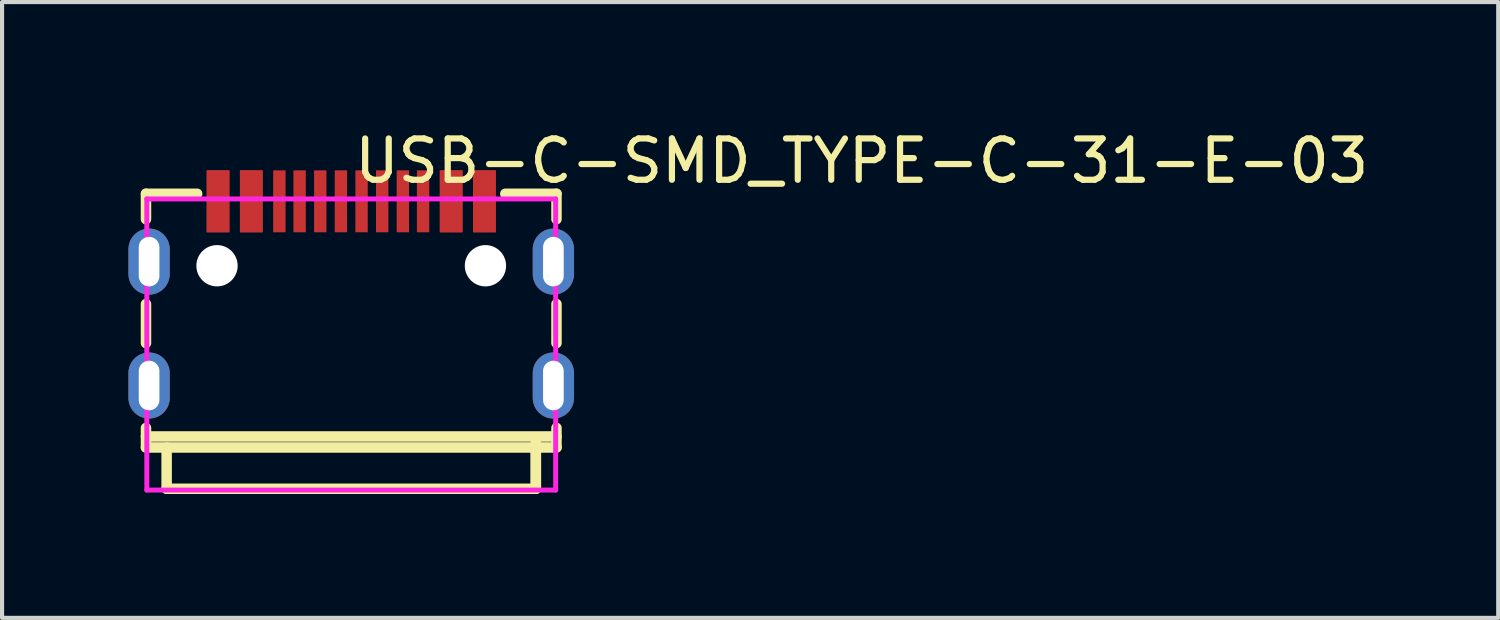
<source format=kicad_pcb>
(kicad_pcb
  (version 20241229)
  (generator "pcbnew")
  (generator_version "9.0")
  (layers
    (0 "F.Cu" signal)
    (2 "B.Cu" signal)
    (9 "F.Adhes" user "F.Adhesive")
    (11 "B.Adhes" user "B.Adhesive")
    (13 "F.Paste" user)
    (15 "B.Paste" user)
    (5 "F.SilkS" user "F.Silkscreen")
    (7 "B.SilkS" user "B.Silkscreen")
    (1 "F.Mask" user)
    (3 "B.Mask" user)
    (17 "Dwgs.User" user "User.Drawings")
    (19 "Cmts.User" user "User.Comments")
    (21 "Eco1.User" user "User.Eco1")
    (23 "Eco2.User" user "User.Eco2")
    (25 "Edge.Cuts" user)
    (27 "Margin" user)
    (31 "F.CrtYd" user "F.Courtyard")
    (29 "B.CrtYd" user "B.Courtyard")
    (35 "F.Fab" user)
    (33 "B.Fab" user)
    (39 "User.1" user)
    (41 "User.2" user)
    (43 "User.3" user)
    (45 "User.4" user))
  (footprint "USB-C-SMD_TYPE-C-31-E-03"
    (layer "F.Cu")
    (at 5.455 4.055)
    (property "Reference" "USB-C-SMD_TYPE-C-31-E-03" (at 0 -3.207 0) (layer "F.SilkS") (effects (font (size 1 1) (thickness 0.15)) (justify left)))
    (attr through_hole)
    (fp_line (start -4.97 -1.797) (end -4.97 -2.413) (stroke (width 0.254) (type solid)) (layer "F.SilkS"))
    (fp_line (start -4.97 1.203) (end -4.97 0.257) (stroke (width 0.254) (type solid)) (layer "F.SilkS"))
    (fp_line (start -4.97 3.73) (end -4.97 3.257) (stroke (width 0.254) (type solid)) (layer "F.SilkS"))
    (fp_line (start -4.97 3.73) (end 4.97 3.73) (stroke (width 0.254) (type solid)) (layer "F.SilkS"))
    (fp_line (start -4.47 4.73) (end -4.47 3.73) (stroke (width 0.254) (type solid)) (layer "F.SilkS"))
    (fp_line (start -3.731 -2.413) (end -4.97 -2.413) (stroke (width 0.254) (type solid)) (layer "F.SilkS"))
    (fp_line (start 4.47 4.73) (end -4.47 4.73) (stroke (width 0.254) (type solid)) (layer "F.SilkS"))
    (fp_line (start 4.47 4.73) (end 4.47 3.53) (stroke (width 0.254) (type solid)) (layer "F.SilkS"))
    (fp_line (start 4.47 4.73) (end 4.47 3.744) (stroke (width 0.254) (type solid)) (layer "F.SilkS"))
    (fp_line (start 4.97 -2.413) (end 3.731 -2.413) (stroke (width 0.254) (type solid)) (layer "F.SilkS"))
    (fp_line (start 4.97 -1.797) (end 4.97 -2.413) (stroke (width 0.254) (type solid)) (layer "F.SilkS"))
    (fp_line (start 4.97 1.203) (end 4.97 0.257) (stroke (width 0.254) (type solid)) (layer "F.SilkS"))
    (fp_line (start 4.97 3.464) (end -4.97 3.464) (stroke (width 0.254) (type solid)) (layer "F.SilkS"))
    (fp_line (start 4.97 3.73) (end 4.97 3.257) (stroke (width 0.254) (type solid)) (layer "F.SilkS"))
    (fp_poly (pts (xy -3.5 -2.98) (xy -2.95 -2.98) (xy -2.95 -1.48) (xy -3.5 -1.48)) (stroke (width 0.12) (type solid)) (fill yes) (layer "F.Paste"))
    (fp_poly (pts (xy -2.695 -2.98) (xy -2.145 -2.98) (xy -2.145 -1.48) (xy -2.695 -1.48)) (stroke (width 0.12) (type solid)) (fill yes) (layer "F.Paste"))
    (fp_poly (pts (xy -1.89 -2.98) (xy -1.59 -2.98) (xy -1.59 -1.48) (xy -1.89 -1.48)) (stroke (width 0.12) (type solid)) (fill yes) (layer "F.Paste"))
    (fp_poly (pts (xy -1.4 -2.98) (xy -1.1 -2.98) (xy -1.1 -1.48) (xy -1.4 -1.48)) (stroke (width 0.12) (type solid)) (fill yes) (layer "F.Paste"))
    (fp_poly (pts (xy -0.9 -2.98) (xy -0.6 -2.98) (xy -0.6 -1.48) (xy -0.9 -1.48)) (stroke (width 0.12) (type solid)) (fill yes) (layer "F.Paste"))
    (fp_poly (pts (xy -0.4 -2.98) (xy -0.1 -2.98) (xy -0.1 -1.48) (xy -0.4 -1.48)) (stroke (width 0.12) (type solid)) (fill yes) (layer "F.Paste"))
    (fp_poly (pts (xy 0.1 -2.98) (xy 0.4 -2.98) (xy 0.4 -1.48) (xy 0.1 -1.48)) (stroke (width 0.12) (type solid)) (fill yes) (layer "F.Paste"))
    (fp_poly (pts (xy 0.6 -2.98) (xy 0.9 -2.98) (xy 0.9 -1.48) (xy 0.6 -1.48)) (stroke (width 0.12) (type solid)) (fill yes) (layer "F.Paste"))
    (fp_poly (pts (xy 1.1 -2.98) (xy 1.4 -2.98) (xy 1.4 -1.48) (xy 1.1 -1.48)) (stroke (width 0.12) (type solid)) (fill yes) (layer "F.Paste"))
    (fp_poly (pts (xy 1.59 -2.98) (xy 1.89 -2.98) (xy 1.89 -1.48) (xy 1.59 -1.48)) (stroke (width 0.12) (type solid)) (fill yes) (layer "F.Paste"))
    (fp_poly (pts (xy 2.145 -2.98) (xy 2.695 -2.98) (xy 2.695 -1.48) (xy 2.145 -1.48)) (stroke (width 0.12) (type solid)) (fill yes) (layer "F.Paste"))
    (fp_poly (pts (xy 2.95 -2.98) (xy 3.5 -2.98) (xy 3.5 -1.48) (xy 2.95 -1.48)) (stroke (width 0.12) (type solid)) (fill yes) (layer "F.Paste"))
    (fp_poly (pts (xy -5.395 -1.07) (xy -5.385 -1.168) (xy -5.357 -1.261) (xy -5.311 -1.348) (xy -5.249 -1.424) (xy -5.173 -1.486) (xy -5.086 -1.532) (xy -4.993 -1.56) (xy -4.895 -1.57) (xy -4.797 -1.56) (xy -4.704 -1.532) (xy -4.617 -1.486) (xy -4.541 -1.424) (xy -4.479 -1.348) (xy -4.433 -1.261) (xy -4.405 -1.168) (xy -4.395 -1.07) (xy -4.395 -0.47) (xy -4.405 -0.372) (xy -4.433 -0.279) (xy -4.479 -0.192) (xy -4.541 -0.116) (xy -4.617 -0.054) (xy -4.704 -0.008) (xy -4.797 0.02) (xy -4.895 0.03) (xy -4.993 0.02) (xy -5.086 -0.008) (xy -5.173 -0.054) (xy -5.249 -0.116) (xy -5.311 -0.192) (xy -5.357 -0.279) (xy -5.385 -0.372) (xy -5.395 -0.47)) (stroke (width 0.12) (type solid)) (fill yes) (layer "F.Paste"))
    (fp_poly (pts (xy -5.395 1.93) (xy -5.385 1.832) (xy -5.357 1.739) (xy -5.311 1.652) (xy -5.249 1.576) (xy -5.173 1.514) (xy -5.086 1.468) (xy -4.993 1.44) (xy -4.895 1.43) (xy -4.797 1.44) (xy -4.704 1.468) (xy -4.617 1.514) (xy -4.541 1.576) (xy -4.479 1.652) (xy -4.433 1.739) (xy -4.405 1.832) (xy -4.395 1.93) (xy -4.395 2.53) (xy -4.405 2.628) (xy -4.433 2.721) (xy -4.479 2.808) (xy -4.541 2.884) (xy -4.617 2.946) (xy -4.704 2.992) (xy -4.797 3.02) (xy -4.895 3.03) (xy -4.993 3.02) (xy -5.086 2.992) (xy -5.173 2.946) (xy -5.249 2.884) (xy -5.311 2.808) (xy -5.357 2.721) (xy -5.385 2.628) (xy -5.395 2.53)) (stroke (width 0.12) (type solid)) (fill yes) (layer "F.Paste"))
    (fp_poly (pts (xy 4.395 -1.07) (xy 4.405 -1.168) (xy 4.433 -1.261) (xy 4.479 -1.348) (xy 4.541 -1.424) (xy 4.617 -1.486) (xy 4.704 -1.532) (xy 4.797 -1.56) (xy 4.895 -1.57) (xy 4.993 -1.56) (xy 5.086 -1.532) (xy 5.173 -1.486) (xy 5.249 -1.424) (xy 5.311 -1.348) (xy 5.357 -1.261) (xy 5.385 -1.168) (xy 5.395 -1.07) (xy 5.395 -0.47) (xy 5.385 -0.372) (xy 5.357 -0.279) (xy 5.311 -0.192) (xy 5.249 -0.116) (xy 5.173 -0.054) (xy 5.086 -0.008) (xy 4.993 0.02) (xy 4.895 0.03) (xy 4.797 0.02) (xy 4.704 -0.008) (xy 4.617 -0.054) (xy 4.541 -0.116) (xy 4.479 -0.192) (xy 4.433 -0.279) (xy 4.405 -0.372) (xy 4.395 -0.47)) (stroke (width 0.12) (type solid)) (fill yes) (layer "F.Paste"))
    (fp_poly (pts (xy 4.395 1.93) (xy 4.405 1.832) (xy 4.433 1.739) (xy 4.479 1.652) (xy 4.541 1.576) (xy 4.617 1.514) (xy 4.704 1.468) (xy 4.797 1.44) (xy 4.895 1.43) (xy 4.993 1.44) (xy 5.086 1.468) (xy 5.173 1.514) (xy 5.249 1.576) (xy 5.311 1.652) (xy 5.357 1.739) (xy 5.385 1.832) (xy 5.395 1.93) (xy 5.395 2.53) (xy 5.385 2.628) (xy 5.357 2.721) (xy 5.311 2.808) (xy 5.249 2.884) (xy 5.173 2.946) (xy 5.086 2.992) (xy 4.993 3.02) (xy 4.895 3.03) (xy 4.797 3.02) (xy 4.704 2.992) (xy 4.617 2.946) (xy 4.541 2.884) (xy 4.479 2.808) (xy 4.433 2.721) (xy 4.405 2.628) (xy 4.395 2.53)) (stroke (width 0.12) (type solid)) (fill yes) (layer "F.Paste"))
    (fp_circle (center -5.095 -2.651) (end -5.065 -2.651) (stroke (width 0.06) (type solid)) (fill no) (layer "Eco2.User"))
    (fp_circle (center -3.25 -0.67) (end -3.05 -0.67) (stroke (width 0.4) (type solid)) (fill no) (layer "Eco2.User"))
    (fp_circle (center 3.25 -0.67) (end 3.45 -0.67) (stroke (width 0.4) (type solid)) (fill no) (layer "Eco2.User"))
    (fp_poly (pts (xy -5.095 -0.42) (xy -5.095 -1.12) (xy -4.695 -1.12) (xy -4.695 -0.42)) (stroke (width 0.12) (type solid)) (fill no) (layer "Eco2.User"))
    (fp_poly (pts (xy -5.095 2.58) (xy -5.095 1.88) (xy -4.695 1.88) (xy -4.695 2.58)) (stroke (width 0.12) (type solid)) (fill no) (layer "Eco2.User"))
    (fp_poly (pts (xy -3.425 -2.651) (xy -3.025 -2.651) (xy -3.025 -1.651) (xy -3.425 -1.651)) (stroke (width 0.12) (type solid)) (fill no) (layer "Eco2.User"))
    (fp_poly (pts (xy -2.62 -2.651) (xy -2.22 -2.651) (xy -2.22 -1.651) (xy -2.62 -1.651)) (stroke (width 0.12) (type solid)) (fill no) (layer "Eco2.User"))
    (fp_poly (pts (xy -1.84 -2.651) (xy -1.64 -2.651) (xy -1.64 -1.651) (xy -1.84 -1.651)) (stroke (width 0.12) (type solid)) (fill no) (layer "Eco2.User"))
    (fp_poly (pts (xy -1.35 -2.651) (xy -1.15 -2.651) (xy -1.15 -1.651) (xy -1.35 -1.651)) (stroke (width 0.12) (type solid)) (fill no) (layer "Eco2.User"))
    (fp_poly (pts (xy -0.85 -2.651) (xy -0.65 -2.651) (xy -0.65 -1.651) (xy -0.85 -1.651)) (stroke (width 0.12) (type solid)) (fill no) (layer "Eco2.User"))
    (fp_poly (pts (xy -0.35 -2.651) (xy -0.15 -2.651) (xy -0.15 -1.651) (xy -0.35 -1.651)) (stroke (width 0.12) (type solid)) (fill no) (layer "Eco2.User"))
    (fp_poly (pts (xy 0.15 -2.651) (xy 0.35 -2.651) (xy 0.35 -1.651) (xy 0.15 -1.651)) (stroke (width 0.12) (type solid)) (fill no) (layer "Eco2.User"))
    (fp_poly (pts (xy 0.65 -2.651) (xy 0.85 -2.651) (xy 0.85 -1.651) (xy 0.65 -1.651)) (stroke (width 0.12) (type solid)) (fill no) (layer "Eco2.User"))
    (fp_poly (pts (xy 1.15 -2.651) (xy 1.35 -2.651) (xy 1.35 -1.651) (xy 1.15 -1.651)) (stroke (width 0.12) (type solid)) (fill no) (layer "Eco2.User"))
    (fp_poly (pts (xy 1.64 -2.651) (xy 1.84 -2.651) (xy 1.84 -1.651) (xy 1.64 -1.651)) (stroke (width 0.12) (type solid)) (fill no) (layer "Eco2.User"))
    (fp_poly (pts (xy 2.22 -2.651) (xy 2.62 -2.651) (xy 2.62 -1.651) (xy 2.22 -1.651)) (stroke (width 0.12) (type solid)) (fill no) (layer "Eco2.User"))
    (fp_poly (pts (xy 3.025 -2.651) (xy 3.425 -2.651) (xy 3.425 -1.651) (xy 3.025 -1.651)) (stroke (width 0.12) (type solid)) (fill no) (layer "Eco2.User"))
    (fp_poly (pts (xy 4.695 -0.42) (xy 4.695 -1.12) (xy 5.095 -1.12) (xy 5.095 -0.42)) (stroke (width 0.12) (type solid)) (fill no) (layer "Eco2.User"))
    (fp_poly (pts (xy 4.695 2.58) (xy 4.695 1.88) (xy 5.095 1.88) (xy 5.095 2.58)) (stroke (width 0.12) (type solid)) (fill no) (layer "Eco2.User"))
    (fp_line (start -4.95 -2.288) (end 4.95 -2.288) (stroke (width 0.12) (type solid)) (layer "F.CrtYd"))
    (fp_line (start -4.95 4.762) (end -4.95 -2.288) (stroke (width 0.12) (type solid)) (layer "F.CrtYd"))
    (fp_line (start 4.95 -2.288) (end 4.95 4.762) (stroke (width 0.12) (type solid)) (layer "F.CrtYd"))
    (fp_line (start 4.95 4.762) (end -4.95 4.762) (stroke (width 0.12) (type solid)) (layer "F.CrtYd"))
    (pad "" np_thru_hole circle (at -3.25 -0.67) (size 1 1) (drill 1) (layers "*.Cu" "*.Mask"))
    (pad "" np_thru_hole circle (at 3.25 -0.67) (size 1 1) (drill 1) (layers "*.Cu" "*.Mask"))
    (pad "A1" smd rect (at -3.225 -2.23) (size 0.55 1.5) (layers "F.Cu" "F.Mask" "F.Paste"))
    (pad "A4" smd rect (at -2.42 -2.23) (size 0.55 1.5) (layers "F.Cu" "F.Mask" "F.Paste"))
    (pad "A5" smd rect (at -1.25 -2.23) (size 0.3 1.5) (layers "F.Cu" "F.Mask" "F.Paste"))
    (pad "A6" smd rect (at -0.25 -2.23) (size 0.3 1.5) (layers "F.Cu" "F.Mask" "F.Paste"))
    (pad "A7" smd rect (at 0.25 -2.23) (size 0.3 1.5) (layers "F.Cu" "F.Mask" "F.Paste"))
    (pad "A8" smd rect (at 1.25 -2.23) (size 0.3 1.5) (layers "F.Cu" "F.Mask" "F.Paste"))
    (pad "A9" smd rect (at 2.42 -2.23) (size 0.55 1.5) (layers "F.Cu" "F.Mask" "F.Paste"))
    (pad "A12" smd rect (at 3.225 -2.23) (size 0.55 1.5) (layers "F.Cu" "F.Mask" "F.Paste"))
    (pad "B1" smd rect (at 3.225 -2.23) (size 0.55 1.5) (layers "F.Cu" "F.Mask" "F.Paste"))
    (pad "B4" smd rect (at 2.42 -2.23) (size 0.55 1.5) (layers "F.Cu" "F.Mask" "F.Paste"))
    (pad "B5" smd rect (at 1.74 -2.23) (size 0.3 1.5) (layers "F.Cu" "F.Mask" "F.Paste"))
    (pad "B6" smd rect (at 0.75 -2.23) (size 0.3 1.5) (layers "F.Cu" "F.Mask" "F.Paste"))
    (pad "B7" smd rect (at -0.75 -2.23) (size 0.3 1.5) (layers "F.Cu" "F.Mask" "F.Paste"))
    (pad "B8" smd rect (at -1.74 -2.23) (size 0.3 1.5) (layers "F.Cu" "F.Mask" "F.Paste"))
    (pad "B9" smd rect (at -2.42 -2.23) (size 0.55 1.5) (layers "F.Cu" "F.Mask" "F.Paste"))
    (pad "B12" smd rect (at -3.225 -2.23) (size 0.55 1.5) (layers "F.Cu" "F.Mask" "F.Paste"))
    (pad "S1" thru_hole oval (at -4.895 -0.77) (size 1 1.6) (drill oval 0.5 1.2) (layers "*.Cu" "*.Mask"))
    (pad "S1" thru_hole oval (at -4.895 2.23) (size 1 1.6) (drill oval 0.5 1.2) (layers "*.Cu" "*.Mask"))
    (pad "S1" thru_hole oval (at 4.895 -0.77) (size 1 1.6) (drill oval 0.5 1.2) (layers "*.Cu" "*.Mask"))
    (pad "S1" thru_hole oval (at 4.895 2.23) (size 1 1.6) (drill oval 0.5 1.2) (layers "*.Cu" "*.Mask")))
  (gr_rect
    (start -3 -3)
    (end 33.229 11.912)
    (stroke (width 0.1) (type default))
    (fill no)
    (layer "Edge.Cuts")))
</source>
